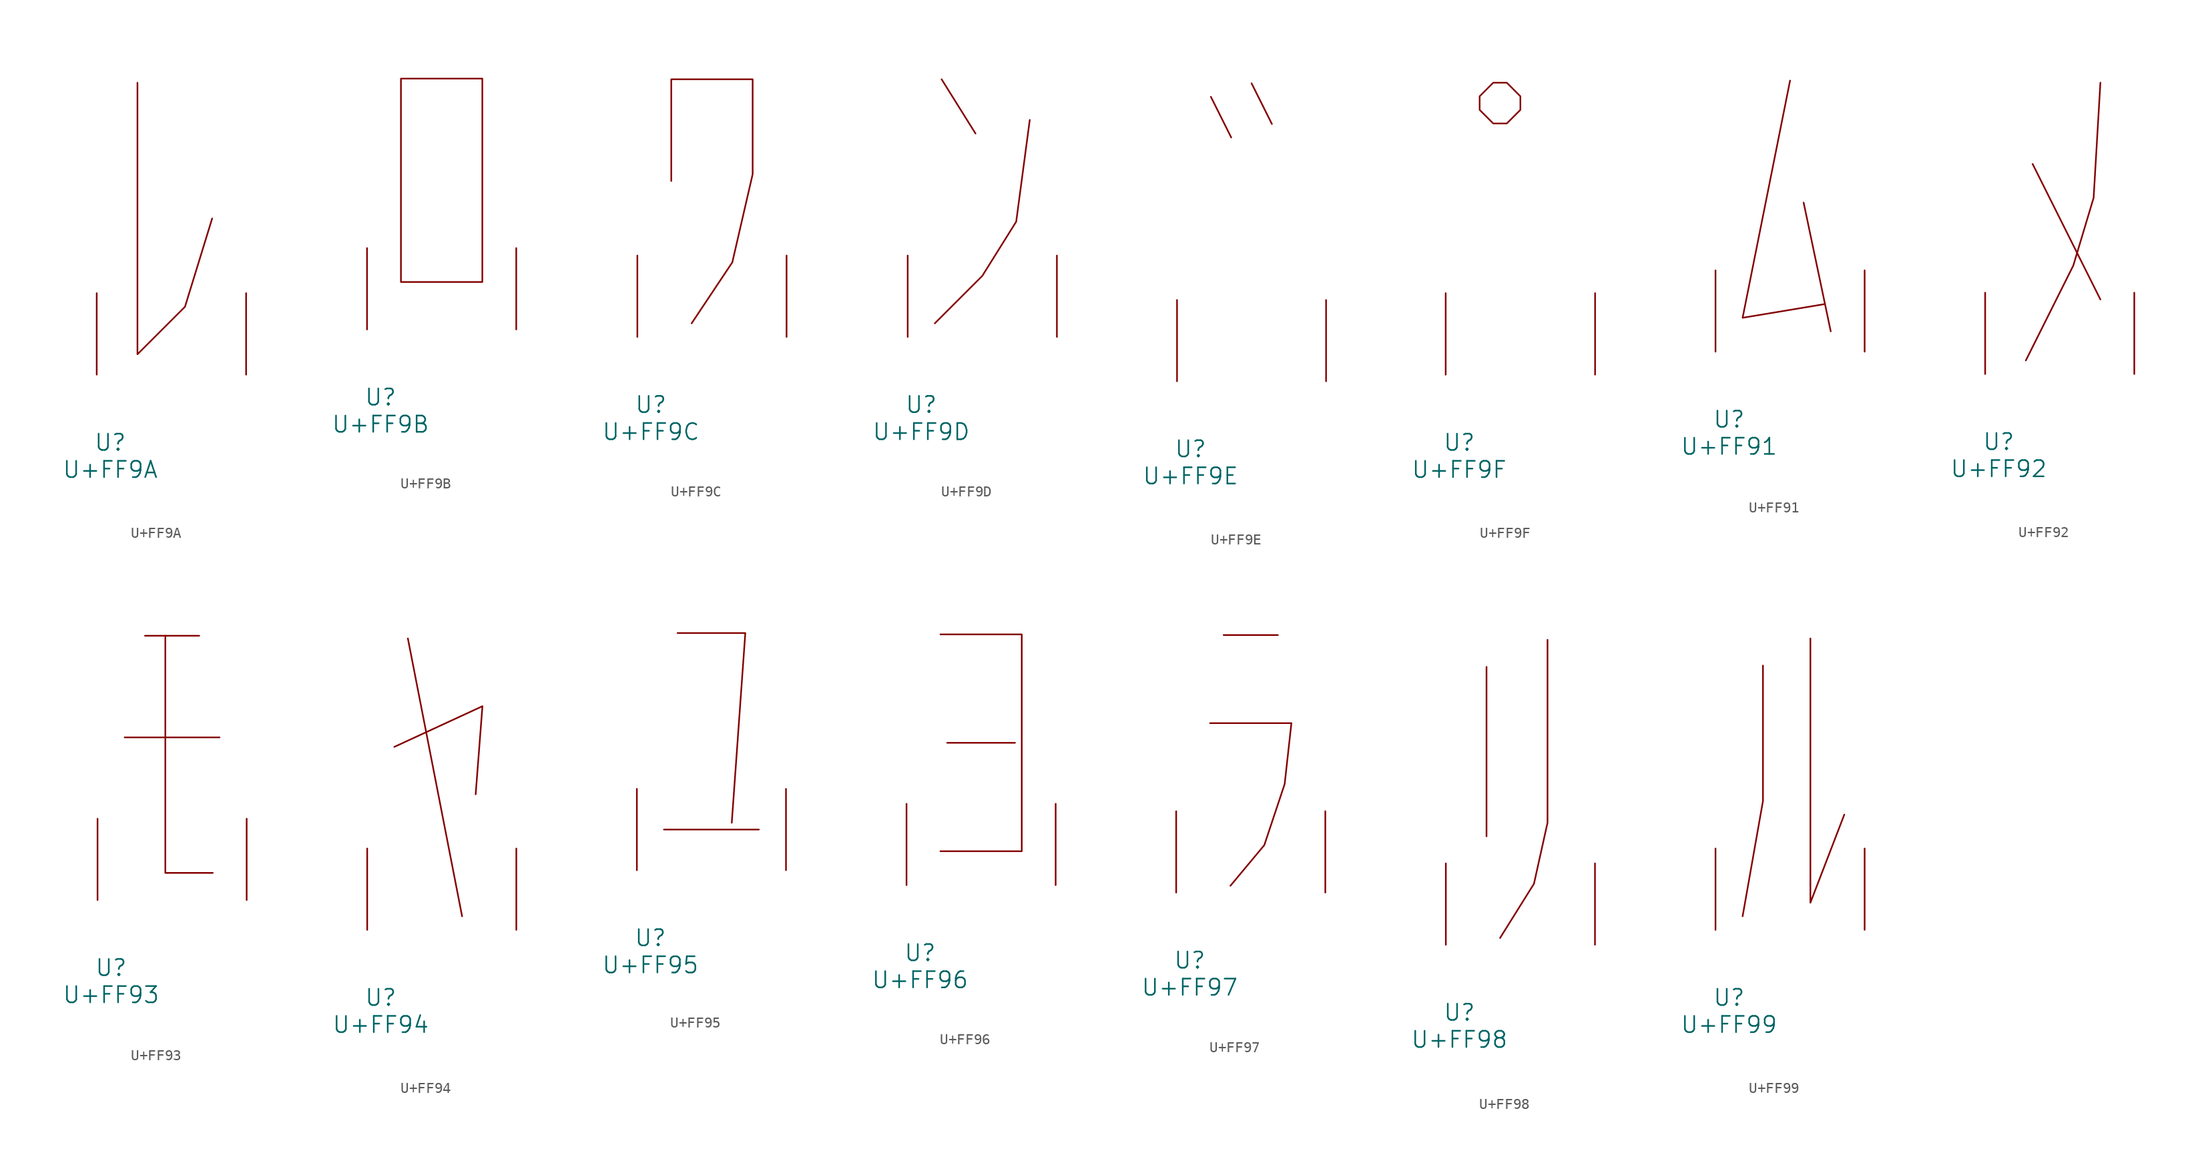
<source format=kicad_sym>
(kicad_symbol_lib
  (version 20231120)
  (generator "kicad_symbol_editor")
  (generator_version "8.0")
  (symbol "U+FF9A"
    (pin_names
      (offset 1.016))
    (property "Reference" "U"
      (at 0 -6.35 0)
      (effects (font (size 1.524 1.524))))
    (property "Value" "U+FF9A"
      (at 0 -8.89 0)
      (effects (font (size 1.524 1.524))))
    (symbol "U+FF9A_0_1"
      (polyline (pts (xy 2.54 27.305) (xy 2.54 1.905) (xy 6.985 6.35) (xy 9.525 14.605)) (stroke (width 0) (type solid)) (fill (type none)))
      (pin input line (at -1.27 0 90) (length 7.62) (name "~" (effects (font (size 1.27 1.27)))) (number "~" (effects (font (size 1.27 1.27)))))
      (pin input line (at 12.7 0 90) (length 7.62) (name "~" (effects (font (size 1.27 1.27)))) (number "~" (effects (font (size 1.27 1.27)))))))
  (symbol "U+FF9B"
    (pin_names
      (offset 1.016))
    (property "Reference" "U"
      (at 0 -6.35 0)
      (effects (font (size 1.524 1.524))))
    (property "Value" "U+FF9B"
      (at 0 -8.89 0)
      (effects (font (size 1.524 1.524))))
    (symbol "U+FF9B_0_1"
      (polyline (pts (xy 1.905 23.495) (xy 1.905 4.445) (xy 9.525 4.445) (xy 9.525 23.495) (xy 1.905 23.495)) (stroke (width 0) (type solid)) (fill (type none)))
      (pin input line (at -1.27 0 90) (length 7.62) (name "~" (effects (font (size 1.27 1.27)))) (number "~" (effects (font (size 1.27 1.27)))))
      (pin input line (at 12.7 0 90) (length 7.62) (name "~" (effects (font (size 1.27 1.27)))) (number "~" (effects (font (size 1.27 1.27)))))))
  (symbol "U+FF9C"
    (pin_names
      (offset 1.016))
    (property "Reference" "U"
      (at 0 -6.35 0)
      (effects (font (size 1.524 1.524))))
    (property "Value" "U+FF9C"
      (at 0 -8.89 0)
      (effects (font (size 1.524 1.524))))
    (symbol "U+FF9C_0_1"
      (polyline (pts (xy 1.905 14.605) (xy 1.905 24.13) (xy 9.525 24.13) (xy 9.525 15.24) (xy 7.62 6.985) (xy 3.81 1.27)) (stroke (width 0) (type solid)) (fill (type none)))
      (pin input line (at -1.27 0 90) (length 7.62) (name "~" (effects (font (size 1.27 1.27)))) (number "~" (effects (font (size 1.27 1.27)))))
      (pin input line (at 12.7 0 90) (length 7.62) (name "~" (effects (font (size 1.27 1.27)))) (number "~" (effects (font (size 1.27 1.27)))))))
  (symbol "U+FF9D"
    (pin_names
      (offset 1.016))
    (property "Reference" "U"
      (at 0 -6.35 0)
      (effects (font (size 1.524 1.524))))
    (property "Value" "U+FF9D"
      (at 0 -8.89 0)
      (effects (font (size 1.524 1.524))))
    (symbol "U+FF9D_0_1"
      (polyline (pts (xy 1.905 24.13) (xy 5.08 19.05)) (stroke (width 0) (type solid)) (fill (type none)))
      (polyline (pts (xy 1.27 1.27) (xy 5.715 5.715) (xy 8.89 10.795) (xy 10.16 20.32)) (stroke (width 0) (type solid)) (fill (type none)))
      (pin input line (at -1.27 0 90) (length 7.62) (name "~" (effects (font (size 1.27 1.27)))) (number "~" (effects (font (size 1.27 1.27)))))
      (pin input line (at 12.7 0 90) (length 7.62) (name "~" (effects (font (size 1.27 1.27)))) (number "~" (effects (font (size 1.27 1.27)))))))
  (symbol "U+FF9E"
    (pin_names
      (offset 1.016))
    (property "Reference" "U"
      (at 0 -6.35 0)
      (effects (font (size 1.524 1.524))))
    (property "Value" "U+FF9E"
      (at 0 -8.89 0)
      (effects (font (size 1.524 1.524))))
    (symbol "U+FF9E_0_1"
      (polyline (pts (xy 1.905 26.67) (xy 3.81 22.86)) (stroke (width 0) (type solid)) (fill (type none)))
      (polyline (pts (xy 5.715 27.94) (xy 7.62 24.13)) (stroke (width 0) (type solid)) (fill (type none)))
      (pin input line (at -1.27 0 90) (length 7.62) (name "~" (effects (font (size 1.27 1.27)))) (number "~" (effects (font (size 1.27 1.27)))))
      (pin input line (at 12.7 0 90) (length 7.62) (name "~" (effects (font (size 1.27 1.27)))) (number "~" (effects (font (size 1.27 1.27)))))))
  (symbol "U+FF9F"
    (pin_names
      (offset 1.016))
    (property "Reference" "U"
      (at 0 -6.35 0)
      (effects (font (size 1.524 1.524))))
    (property "Value" "U+FF9F"
      (at 0 -8.89 0)
      (effects (font (size 1.524 1.524))))
    (symbol "U+FF9F_0_1"
      (polyline (pts (xy 3.175 27.305) (xy 4.445 27.305) (xy 5.715 26.035) (xy 5.715 24.765) (xy 4.445 23.495) (xy 3.175 23.495) (xy 1.905 24.765) (xy 1.905 26.035) (xy 3.175 27.305)) (stroke (width 0) (type solid)) (fill (type none)))
      (pin input line (at -1.27 0 90) (length 7.62) (name "~" (effects (font (size 1.27 1.27)))) (number "~" (effects (font (size 1.27 1.27)))))
      (pin input line (at 12.7 0 90) (length 7.62) (name "~" (effects (font (size 1.27 1.27)))) (number "~" (effects (font (size 1.27 1.27)))))))
  (symbol "U+FF91"
    (pin_names
      (offset 1.016))
    (property "Reference" "U"
      (at 0 -6.35 0)
      (effects (font (size 1.524 1.524))))
    (property "Value" "U+FF91"
      (at 0 -8.89 0)
      (effects (font (size 1.524 1.524))))
    (symbol "U+FF91_0_1"
      (polyline (pts (xy 6.985 13.97) (xy 9.525 1.905)) (stroke (width 0) (type solid)) (fill (type none)))
      (polyline (pts (xy 5.715 25.4) (xy 1.27 3.175) (xy 8.89 4.445)) (stroke (width 0) (type solid)) (fill (type none)))
      (pin input line (at -1.27 0 90) (length 7.62) (name "~" (effects (font (size 1.27 1.27)))) (number "~" (effects (font (size 1.27 1.27)))))
      (pin input line (at 12.7 0 90) (length 7.62) (name "~" (effects (font (size 1.27 1.27)))) (number "~" (effects (font (size 1.27 1.27)))))))
  (symbol "U+FF92"
    (pin_names
      (offset 1.016))
    (property "Reference" "U"
      (at 0 -6.35 0)
      (effects (font (size 1.524 1.524))))
    (property "Value" "U+FF92"
      (at 0 -8.89 0)
      (effects (font (size 1.524 1.524))))
    (symbol "U+FF92_0_1"
      (polyline (pts (xy 3.175 19.685) (xy 9.525 6.985)) (stroke (width 0) (type solid)) (fill (type none)))
      (polyline (pts (xy 9.525 27.305) (xy 8.89 16.51) (xy 6.985 10.16) (xy 2.54 1.27)) (stroke (width 0) (type solid)) (fill (type none)))
      (pin input line (at -1.27 0 90) (length 7.62) (name "~" (effects (font (size 1.27 1.27)))) (number "~" (effects (font (size 1.27 1.27)))))
      (pin input line (at 12.7 0 90) (length 7.62) (name "~" (effects (font (size 1.27 1.27)))) (number "~" (effects (font (size 1.27 1.27)))))))
  (symbol "U+FF93"
    (pin_names
      (offset 1.016))
    (property "Reference" "U"
      (at 0 -6.35 0)
      (effects (font (size 1.524 1.524))))
    (property "Value" "U+FF93"
      (at 0 -8.89 0)
      (effects (font (size 1.524 1.524))))
    (symbol "U+FF93_0_1"
      (polyline (pts (xy 1.27 15.24) (xy 10.16 15.24)) (stroke (width 0) (type solid)) (fill (type none)))
      (polyline (pts (xy 3.175 24.765) (xy 8.255 24.765)) (stroke (width 0) (type solid)) (fill (type none)))
      (polyline (pts (xy 5.08 24.765) (xy 5.08 2.54) (xy 9.525 2.54)) (stroke (width 0) (type solid)) (fill (type none)))
      (pin input line (at -1.27 0 90) (length 7.62) (name "~" (effects (font (size 1.27 1.27)))) (number "~" (effects (font (size 1.27 1.27)))))
      (pin input line (at 12.7 0 90) (length 7.62) (name "~" (effects (font (size 1.27 1.27)))) (number "~" (effects (font (size 1.27 1.27)))))))
  (symbol "U+FF94"
    (pin_names
      (offset 1.016))
    (property "Reference" "U"
      (at 0 -6.35 0)
      (effects (font (size 1.524 1.524))))
    (property "Value" "U+FF94"
      (at 0 -8.89 0)
      (effects (font (size 1.524 1.524))))
    (symbol "U+FF94_0_1"
      (polyline (pts (xy 2.54 27.305) (xy 7.62 1.27)) (stroke (width 0) (type solid)) (fill (type none)))
      (polyline (pts (xy 1.27 17.145) (xy 9.525 20.955) (xy 8.89 12.7)) (stroke (width 0) (type solid)) (fill (type none)))
      (pin input line (at -1.27 0 90) (length 7.62) (name "~" (effects (font (size 1.27 1.27)))) (number "~" (effects (font (size 1.27 1.27)))))
      (pin input line (at 12.7 0 90) (length 7.62) (name "~" (effects (font (size 1.27 1.27)))) (number "~" (effects (font (size 1.27 1.27)))))))
  (symbol "U+FF95"
    (pin_names
      (offset 1.016))
    (property "Reference" "U"
      (at 0 -6.35 0)
      (effects (font (size 1.524 1.524))))
    (property "Value" "U+FF95"
      (at 0 -8.89 0)
      (effects (font (size 1.524 1.524))))
    (symbol "U+FF95_0_1"
      (polyline (pts (xy 1.27 3.81) (xy 10.16 3.81)) (stroke (width 0) (type solid)) (fill (type none)))
      (polyline (pts (xy 2.54 22.225) (xy 8.89 22.225) (xy 7.62 4.445)) (stroke (width 0) (type solid)) (fill (type none)))
      (pin input line (at -1.27 0 90) (length 7.62) (name "~" (effects (font (size 1.27 1.27)))) (number "~" (effects (font (size 1.27 1.27)))))
      (pin input line (at 12.7 0 90) (length 7.62) (name "~" (effects (font (size 1.27 1.27)))) (number "~" (effects (font (size 1.27 1.27)))))))
  (symbol "U+FF96"
    (pin_names
      (offset 1.016))
    (property "Reference" "U"
      (at 0 -6.35 0)
      (effects (font (size 1.524 1.524))))
    (property "Value" "U+FF96"
      (at 0 -8.89 0)
      (effects (font (size 1.524 1.524))))
    (symbol "U+FF96_0_1"
      (polyline (pts (xy 2.54 13.335) (xy 8.89 13.335)) (stroke (width 0) (type solid)) (fill (type none)))
      (polyline (pts (xy 1.905 23.495) (xy 9.525 23.495) (xy 9.525 3.175) (xy 1.905 3.175)) (stroke (width 0) (type solid)) (fill (type none)))
      (pin input line (at -1.27 0 90) (length 7.62) (name "~" (effects (font (size 1.27 1.27)))) (number "~" (effects (font (size 1.27 1.27)))))
      (pin input line (at 12.7 0 90) (length 7.62) (name "~" (effects (font (size 1.27 1.27)))) (number "~" (effects (font (size 1.27 1.27)))))))
  (symbol "U+FF97"
    (pin_names
      (offset 1.016))
    (property "Reference" "U"
      (at 0 -6.35 0)
      (effects (font (size 1.524 1.524))))
    (property "Value" "U+FF97"
      (at 0 -8.89 0)
      (effects (font (size 1.524 1.524))))
    (symbol "U+FF97_0_1"
      (polyline (pts (xy 3.175 24.13) (xy 8.255 24.13)) (stroke (width 0) (type solid)) (fill (type none)))
      (polyline (pts (xy 1.905 15.875) (xy 9.525 15.875) (xy 8.89 10.16) (xy 6.985 4.445) (xy 3.81 0.635)) (stroke (width 0) (type solid)) (fill (type none)))
      (pin input line (at -1.27 0 90) (length 7.62) (name "~" (effects (font (size 1.27 1.27)))) (number "~" (effects (font (size 1.27 1.27)))))
      (pin input line (at 12.7 0 90) (length 7.62) (name "~" (effects (font (size 1.27 1.27)))) (number "~" (effects (font (size 1.27 1.27)))))))
  (symbol "U+FF98"
    (pin_names
      (offset 1.016))
    (property "Reference" "U"
      (at 0 -6.35 0)
      (effects (font (size 1.524 1.524))))
    (property "Value" "U+FF98"
      (at 0 -8.89 0)
      (effects (font (size 1.524 1.524))))
    (symbol "U+FF98_0_1"
      (polyline (pts (xy 2.54 26.035) (xy 2.54 10.16)) (stroke (width 0) (type solid)) (fill (type none)))
      (polyline (pts (xy 8.255 28.575) (xy 8.255 11.43) (xy 6.985 5.715) (xy 3.81 0.635)) (stroke (width 0) (type solid)) (fill (type none)))
      (pin input line (at -1.27 0 90) (length 7.62) (name "~" (effects (font (size 1.27 1.27)))) (number "~" (effects (font (size 1.27 1.27)))))
      (pin input line (at 12.7 0 90) (length 7.62) (name "~" (effects (font (size 1.27 1.27)))) (number "~" (effects (font (size 1.27 1.27)))))))
  (symbol "U+FF99"
    (pin_names
      (offset 1.016))
    (property "Reference" "U"
      (at 0 -6.35 0)
      (effects (font (size 1.524 1.524))))
    (property "Value" "U+FF99"
      (at 0 -8.89 0)
      (effects (font (size 1.524 1.524))))
    (symbol "U+FF99_0_1"
      (polyline (pts (xy 3.175 24.765) (xy 3.175 12.065) (xy 1.27 1.27)) (stroke (width 0) (type solid)) (fill (type none)))
      (polyline (pts (xy 7.62 27.305) (xy 7.62 2.54) (xy 10.795 10.795)) (stroke (width 0) (type solid)) (fill (type none)))
      (pin input line (at -1.27 0 90) (length 7.62) (name "~" (effects (font (size 1.27 1.27)))) (number "~" (effects (font (size 1.27 1.27)))))
      (pin input line (at 12.7 0 90) (length 7.62) (name "~" (effects (font (size 1.27 1.27)))) (number "~" (effects (font (size 1.27 1.27))))))))
</source>
